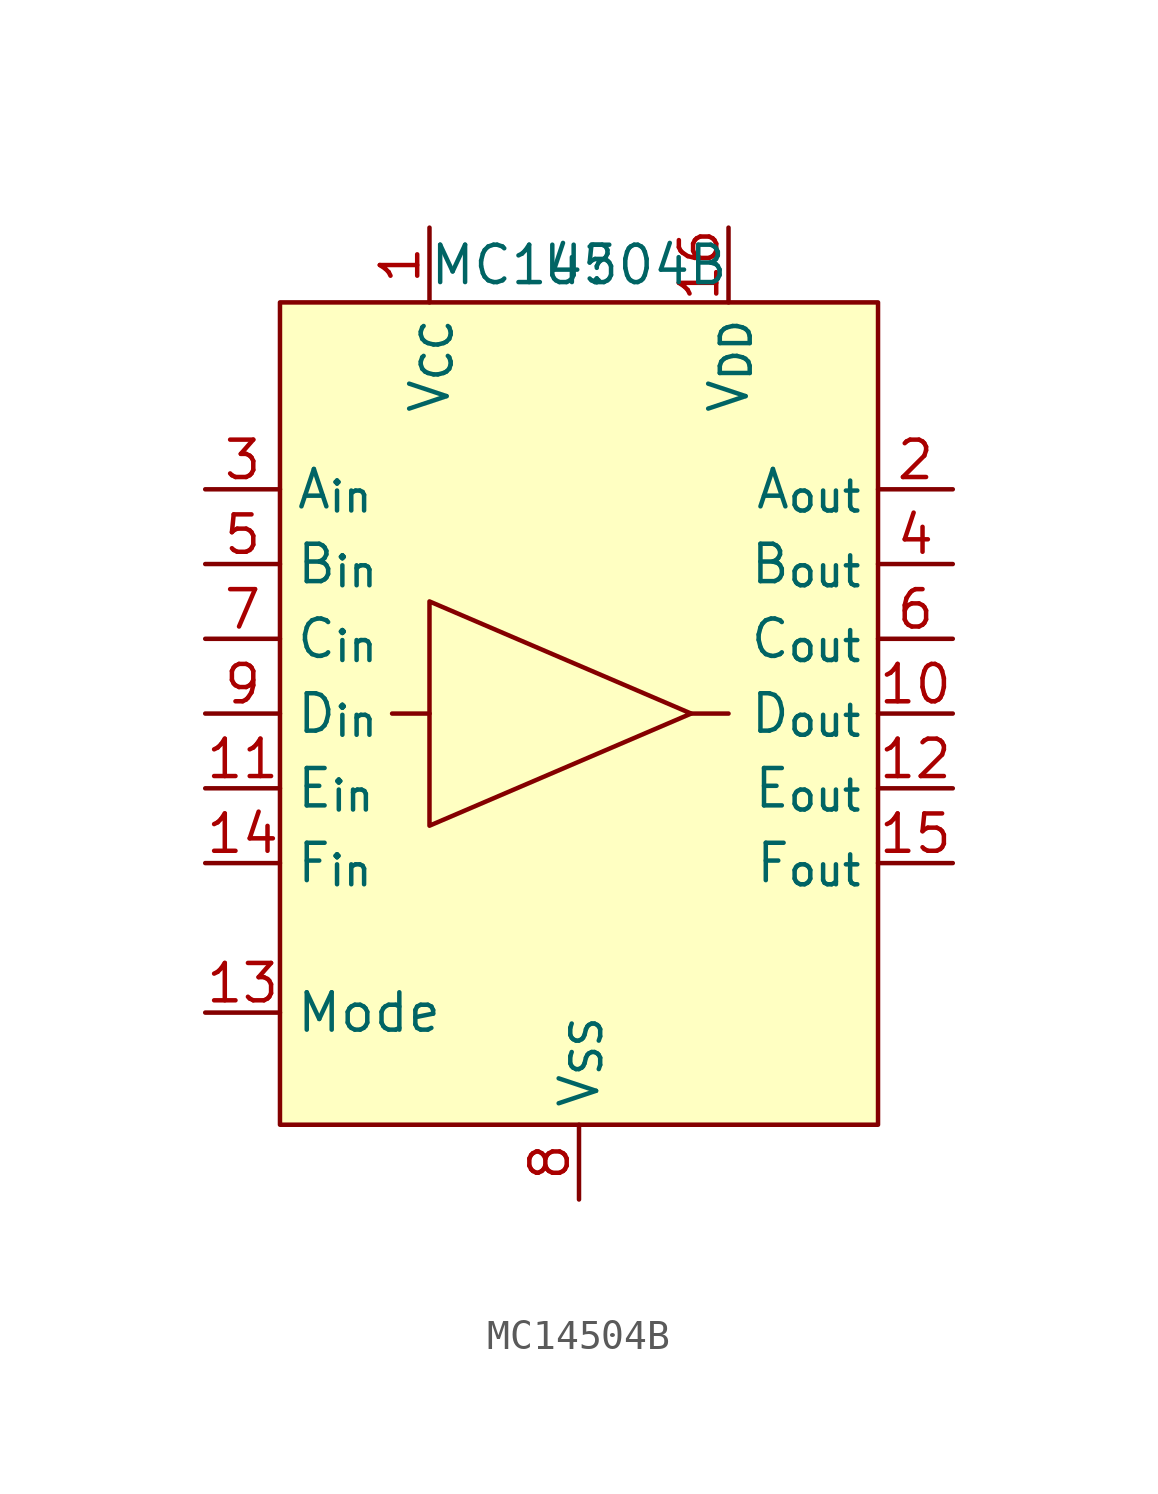
<source format=kicad_sym>
(kicad_symbol_lib
  (version 20241209)
  (generator "kicad_symbol_editor")
  (generator_version "9.0")
  (symbol "MC14504B"
    (property "Reference" "U"
      (at 0 0 0)
      (effects (font (size 1.27 1.27))))
    (property "Value" "MC14504B"
      (at 0 0 0)
      (effects (font (size 1.27 1.27))))
    (symbol "MC14504B_0_1"
      (polyline (pts (xy -5.08 -15.24) (xy -6.35 -15.24)) (stroke (width 0) (type default)) (fill (type none)))
      (polyline (pts (xy 3.81 -15.24) (xy 5.08 -15.24)) (stroke (width 0) (type default)) (fill (type none)))
      (polyline (pts (xy 3.81 -15.24) (xy -5.08 -11.43) (xy -5.08 -19.05) (xy 3.81 -15.24)) (stroke (width 0) (type default)) (fill (type none))))
    (symbol "MC14504B_1_1"
      (rectangle (start -10.16 -1.27) (end 10.16 -29.21) (stroke (width 0) (type solid)) (fill (type background)))
      (pin input line (at -12.7 -7.62 0) (length 2.54) (name "A_{in}" (effects (font (size 1.27 1.27)))) (number "3" (effects (font (size 1.27 1.27)))))
      (pin input line (at -12.7 -10.16 0) (length 2.54) (name "B_{in}" (effects (font (size 1.27 1.27)))) (number "5" (effects (font (size 1.27 1.27)))))
      (pin input line (at -12.7 -12.7 0) (length 2.54) (name "C_{in}" (effects (font (size 1.27 1.27)))) (number "7" (effects (font (size 1.27 1.27)))))
      (pin input line (at -12.7 -15.24 0) (length 2.54) (name "D_{in}" (effects (font (size 1.27 1.27)))) (number "9" (effects (font (size 1.27 1.27)))))
      (pin input line (at -12.7 -17.78 0) (length 2.54) (name "E_{in}" (effects (font (size 1.27 1.27)))) (number "11" (effects (font (size 1.27 1.27)))))
      (pin input line (at -12.7 -20.32 0) (length 2.54) (name "F_{in}" (effects (font (size 1.27 1.27)))) (number "14" (effects (font (size 1.27 1.27)))))
      (pin input line (at -12.7 -25.4 0) (length 2.54) (name "Mode" (effects (font (size 1.27 1.27)))) (number "13" (effects (font (size 1.27 1.27)))))
      (pin power_in line (at -5.08 1.27 270) (length 2.54) (name "V_{CC}" (effects (font (size 1.27 1.27)))) (number "1" (effects (font (size 1.27 1.27)))))
      (pin power_in line (at 0 -31.75 90) (length 2.54) (name "V_{SS}" (effects (font (size 1.27 1.27)))) (number "8" (effects (font (size 1.27 1.27)))))
      (pin power_in line (at 5.08 1.27 270) (length 2.54) (name "V_{DD}" (effects (font (size 1.27 1.27)))) (number "16" (effects (font (size 1.27 1.27)))))
      (pin output line (at 12.7 -7.62 180) (length 2.54) (name "A_{out}" (effects (font (size 1.27 1.27)))) (number "2" (effects (font (size 1.27 1.27)))))
      (pin output line (at 12.7 -10.16 180) (length 2.54) (name "B_{out}" (effects (font (size 1.27 1.27)))) (number "4" (effects (font (size 1.27 1.27)))))
      (pin output line (at 12.7 -12.7 180) (length 2.54) (name "C_{out}" (effects (font (size 1.27 1.27)))) (number "6" (effects (font (size 1.27 1.27)))))
      (pin output line (at 12.7 -15.24 180) (length 2.54) (name "D_{out}" (effects (font (size 1.27 1.27)))) (number "10" (effects (font (size 1.27 1.27)))))
      (pin output line (at 12.7 -17.78 180) (length 2.54) (name "E_{out}" (effects (font (size 1.27 1.27)))) (number "12" (effects (font (size 1.27 1.27)))))
      (pin output line (at 12.7 -20.32 180) (length 2.54) (name "F_{out}" (effects (font (size 1.27 1.27)))) (number "15" (effects (font (size 1.27 1.27))))))))
</source>
